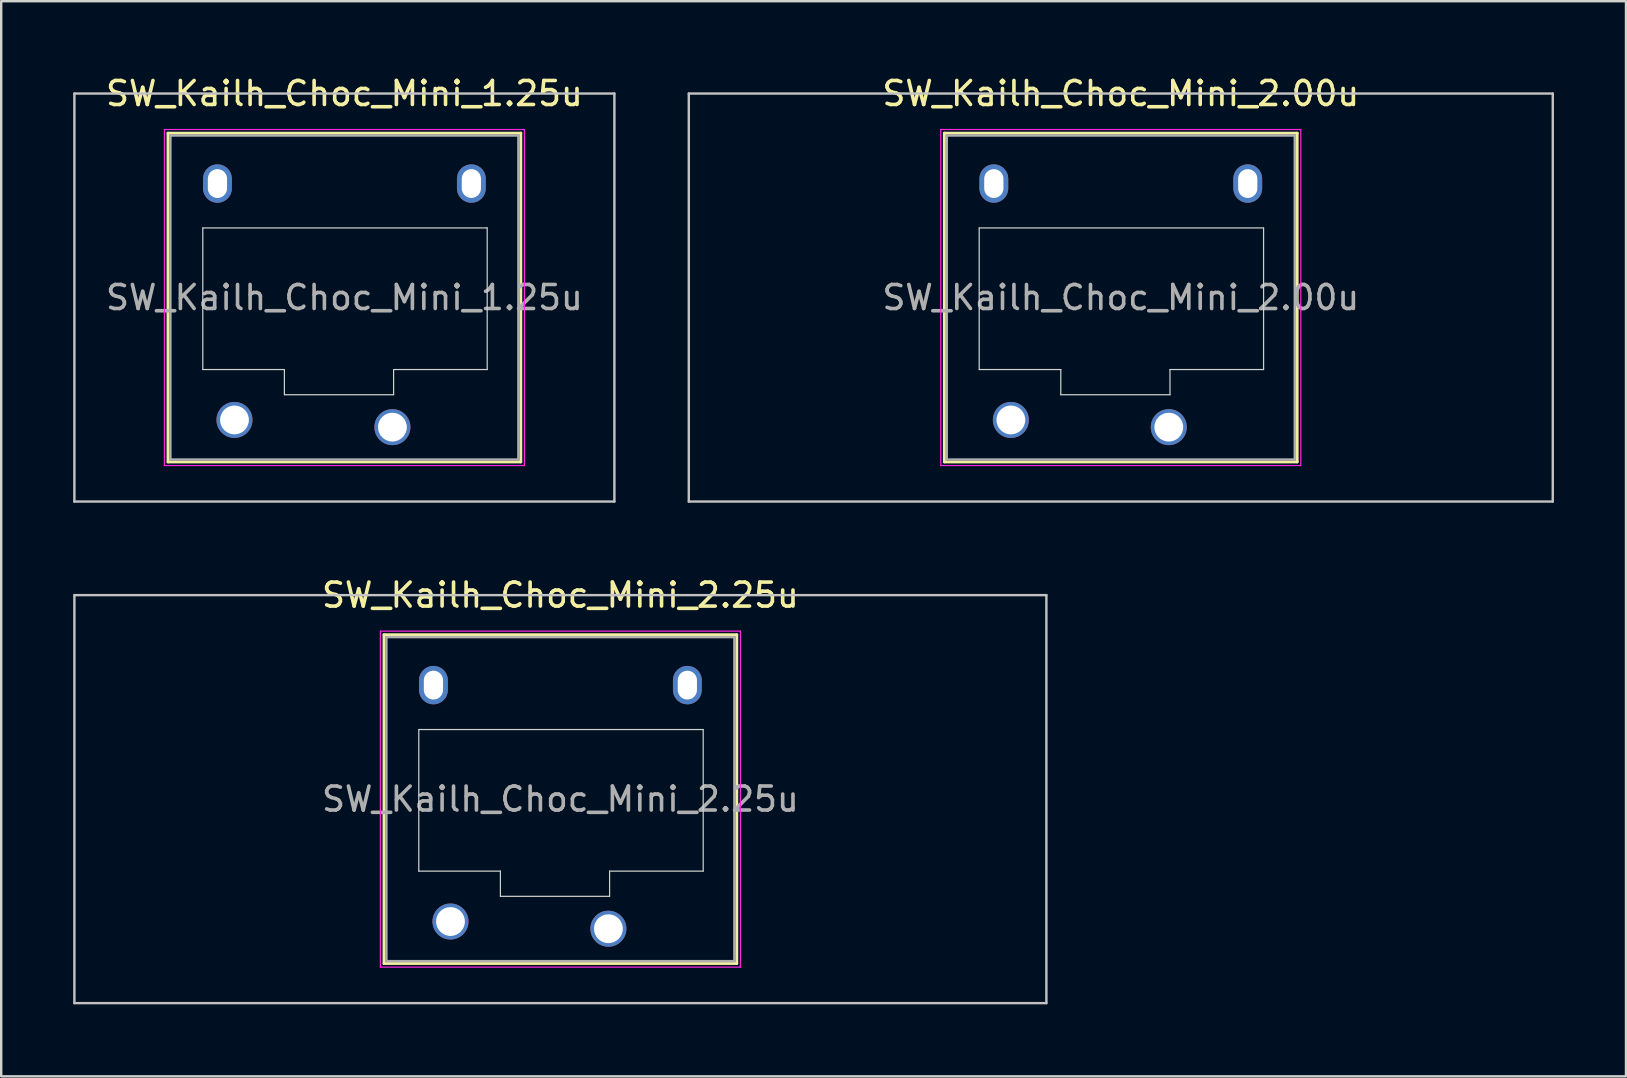
<source format=kicad_pcb>
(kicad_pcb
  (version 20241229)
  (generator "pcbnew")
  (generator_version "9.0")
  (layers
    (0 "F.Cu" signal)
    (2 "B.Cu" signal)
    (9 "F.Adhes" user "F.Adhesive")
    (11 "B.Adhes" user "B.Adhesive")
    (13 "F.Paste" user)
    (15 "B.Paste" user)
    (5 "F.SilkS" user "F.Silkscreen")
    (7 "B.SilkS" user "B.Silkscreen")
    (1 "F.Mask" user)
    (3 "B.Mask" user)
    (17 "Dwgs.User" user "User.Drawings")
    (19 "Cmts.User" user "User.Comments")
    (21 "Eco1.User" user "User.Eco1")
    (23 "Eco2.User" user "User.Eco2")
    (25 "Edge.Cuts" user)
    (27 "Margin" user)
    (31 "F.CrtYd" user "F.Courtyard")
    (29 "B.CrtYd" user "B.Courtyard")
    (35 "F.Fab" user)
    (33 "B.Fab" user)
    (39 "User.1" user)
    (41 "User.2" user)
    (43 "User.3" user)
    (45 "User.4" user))
  (footprint "SW_Kailh_Choc_Mini_1.25u"
    (layer "F.Cu")
    (at 11.3 9.348)
    (property "Reference" "SW_Kailh_Choc_Mini_1.25u" (at 0 -8.5 0) (layer "F.SilkS") (effects (font (size 1 1) (thickness 0.15))))
    (attr through_hole)
    (fp_line (start -7.35 -6.85) (end -7.35 6.85) (stroke (width 0.12) (type solid)) (layer "F.SilkS"))
    (fp_line (start -7.35 6.85) (end 7.35 6.85) (stroke (width 0.12) (type solid)) (layer "F.SilkS"))
    (fp_line (start 7.35 -6.85) (end -7.35 -6.85) (stroke (width 0.12) (type solid)) (layer "F.SilkS"))
    (fp_line (start 7.35 6.85) (end 7.35 -6.85) (stroke (width 0.12) (type solid)) (layer "F.SilkS"))
    (fp_line (start -11.25 -8.5) (end -11.25 8.5) (stroke (width 0.1) (type solid)) (layer "Dwgs.User"))
    (fp_line (start -11.25 8.5) (end 11.25 8.5) (stroke (width 0.1) (type solid)) (layer "Dwgs.User"))
    (fp_line (start 11.25 -8.5) (end -11.25 -8.5) (stroke (width 0.1) (type solid)) (layer "Dwgs.User"))
    (fp_line (start 11.25 8.5) (end 11.25 -8.5) (stroke (width 0.1) (type solid)) (layer "Dwgs.User"))
    (fp_line (start -6.85 -6.35) (end -6.85 6.35) (stroke (width 0.1) (type solid)) (layer "Eco1.User"))
    (fp_line (start -6.85 6.35) (end 6.85 6.35) (stroke (width 0.1) (type solid)) (layer "Eco1.User"))
    (fp_line (start 6.85 -6.35) (end -6.85 -6.35) (stroke (width 0.1) (type solid)) (layer "Eco1.User"))
    (fp_line (start 6.85 6.35) (end 6.85 -6.35) (stroke (width 0.1) (type solid)) (layer "Eco1.User"))
    (fp_line (start -5.9 -2.9) (end -5.9 3) (stroke (width 0.05) (type solid)) (layer "Edge.Cuts"))
    (fp_line (start -5.9 3) (end -2.5 3) (stroke (width 0.05) (type solid)) (layer "Edge.Cuts"))
    (fp_line (start -2.5 3) (end -2.5 4.05) (stroke (width 0.05) (type solid)) (layer "Edge.Cuts"))
    (fp_line (start -2.5 4.05) (end 2.05 4.05) (stroke (width 0.05) (type solid)) (layer "Edge.Cuts"))
    (fp_line (start 2.05 3) (end 5.95 3) (stroke (width 0.05) (type solid)) (layer "Edge.Cuts"))
    (fp_line (start 2.05 4.05) (end 2.05 3) (stroke (width 0.05) (type solid)) (layer "Edge.Cuts"))
    (fp_line (start 5.95 -2.9) (end -5.9 -2.9) (stroke (width 0.05) (type solid)) (layer "Edge.Cuts"))
    (fp_line (start 5.95 3) (end 5.95 -2.9) (stroke (width 0.05) (type solid)) (layer "Edge.Cuts"))
    (fp_line (start -7.5 -7) (end -7.5 7) (stroke (width 0.05) (type solid)) (layer "F.CrtYd"))
    (fp_line (start -7.5 7) (end 7.5 7) (stroke (width 0.05) (type solid)) (layer "F.CrtYd"))
    (fp_line (start 7.5 -7) (end -7.5 -7) (stroke (width 0.05) (type solid)) (layer "F.CrtYd"))
    (fp_line (start 7.5 7) (end 7.5 -7) (stroke (width 0.05) (type solid)) (layer "F.CrtYd"))
    (fp_line (start -7.25 -6.75) (end -7.25 6.75) (stroke (width 0.1) (type solid)) (layer "F.Fab"))
    (fp_line (start -7.25 6.75) (end 7.25 6.75) (stroke (width 0.1) (type solid)) (layer "F.Fab"))
    (fp_line (start 7.25 -6.75) (end -7.25 -6.75) (stroke (width 0.1) (type solid)) (layer "F.Fab"))
    (fp_line (start 7.25 6.75) (end 7.25 -6.75) (stroke (width 0.1) (type solid)) (layer "F.Fab"))
    (fp_text user "${REFERENCE}" (at 0 0 0) (layer "F.Fab") (effects (font (size 1 1) (thickness 0.15))))
    (pad "" np_thru_hole oval (at -5.29 -4.75) (size 1.2 1.6) (drill oval 0.8 1.2) (layers "*.Cu" "*.Mask"))
    (pad "" smd circle (at -4.58 5.1) (size 1.25 1.25) (layers "F.Mask"))
    (pad "" smd circle (at 2 5.4) (size 1.25 1.25) (layers "F.Mask"))
    (pad "" np_thru_hole oval (at 5.29 -4.75) (size 1.2 1.6) (drill oval 0.8 1.2) (layers "*.Cu" "*.Mask"))
    (pad "1" thru_hole circle (at 2 5.4) (size 1.5 1.5) (drill 1.2) (layers "*.Cu" "B.Mask"))
    (pad "2" thru_hole circle (at -4.58 5.1) (size 1.5 1.5) (drill 1.2) (layers "*.Cu" "B.Mask")))
  (footprint "SW_Kailh_Choc_Mini_2.25u"
    (layer "F.Cu")
    (at 20.3 30.247)
    (property "Reference" "SW_Kailh_Choc_Mini_2.25u" (at 0 -8.5 0) (layer "F.SilkS") (effects (font (size 1 1) (thickness 0.15))))
    (attr through_hole)
    (fp_line (start -7.35 -6.85) (end -7.35 6.85) (stroke (width 0.12) (type solid)) (layer "F.SilkS"))
    (fp_line (start -7.35 6.85) (end 7.35 6.85) (stroke (width 0.12) (type solid)) (layer "F.SilkS"))
    (fp_line (start 7.35 -6.85) (end -7.35 -6.85) (stroke (width 0.12) (type solid)) (layer "F.SilkS"))
    (fp_line (start 7.35 6.85) (end 7.35 -6.85) (stroke (width 0.12) (type solid)) (layer "F.SilkS"))
    (fp_line (start -20.25 -8.5) (end -20.25 8.5) (stroke (width 0.1) (type solid)) (layer "Dwgs.User"))
    (fp_line (start -20.25 8.5) (end 20.25 8.5) (stroke (width 0.1) (type solid)) (layer "Dwgs.User"))
    (fp_line (start 20.25 -8.5) (end -20.25 -8.5) (stroke (width 0.1) (type solid)) (layer "Dwgs.User"))
    (fp_line (start 20.25 8.5) (end 20.25 -8.5) (stroke (width 0.1) (type solid)) (layer "Dwgs.User"))
    (fp_line (start -6.85 -6.35) (end -6.85 6.35) (stroke (width 0.1) (type solid)) (layer "Eco1.User"))
    (fp_line (start -6.85 6.35) (end 6.85 6.35) (stroke (width 0.1) (type solid)) (layer "Eco1.User"))
    (fp_line (start 6.85 -6.35) (end -6.85 -6.35) (stroke (width 0.1) (type solid)) (layer "Eco1.User"))
    (fp_line (start 6.85 6.35) (end 6.85 -6.35) (stroke (width 0.1) (type solid)) (layer "Eco1.User"))
    (fp_line (start -5.9 -2.9) (end -5.9 3) (stroke (width 0.05) (type solid)) (layer "Edge.Cuts"))
    (fp_line (start -5.9 3) (end -2.5 3) (stroke (width 0.05) (type solid)) (layer "Edge.Cuts"))
    (fp_line (start -2.5 3) (end -2.5 4.05) (stroke (width 0.05) (type solid)) (layer "Edge.Cuts"))
    (fp_line (start -2.5 4.05) (end 2.05 4.05) (stroke (width 0.05) (type solid)) (layer "Edge.Cuts"))
    (fp_line (start 2.05 3) (end 5.95 3) (stroke (width 0.05) (type solid)) (layer "Edge.Cuts"))
    (fp_line (start 2.05 4.05) (end 2.05 3) (stroke (width 0.05) (type solid)) (layer "Edge.Cuts"))
    (fp_line (start 5.95 -2.9) (end -5.9 -2.9) (stroke (width 0.05) (type solid)) (layer "Edge.Cuts"))
    (fp_line (start 5.95 3) (end 5.95 -2.9) (stroke (width 0.05) (type solid)) (layer "Edge.Cuts"))
    (fp_line (start -7.5 -7) (end -7.5 7) (stroke (width 0.05) (type solid)) (layer "F.CrtYd"))
    (fp_line (start -7.5 7) (end 7.5 7) (stroke (width 0.05) (type solid)) (layer "F.CrtYd"))
    (fp_line (start 7.5 -7) (end -7.5 -7) (stroke (width 0.05) (type solid)) (layer "F.CrtYd"))
    (fp_line (start 7.5 7) (end 7.5 -7) (stroke (width 0.05) (type solid)) (layer "F.CrtYd"))
    (fp_line (start -7.25 -6.75) (end -7.25 6.75) (stroke (width 0.1) (type solid)) (layer "F.Fab"))
    (fp_line (start -7.25 6.75) (end 7.25 6.75) (stroke (width 0.1) (type solid)) (layer "F.Fab"))
    (fp_line (start 7.25 -6.75) (end -7.25 -6.75) (stroke (width 0.1) (type solid)) (layer "F.Fab"))
    (fp_line (start 7.25 6.75) (end 7.25 -6.75) (stroke (width 0.1) (type solid)) (layer "F.Fab"))
    (fp_text user "${REFERENCE}" (at 0 0 0) (layer "F.Fab") (effects (font (size 1 1) (thickness 0.15))))
    (pad "" np_thru_hole oval (at -5.29 -4.75) (size 1.2 1.6) (drill oval 0.8 1.2) (layers "*.Cu" "*.Mask"))
    (pad "" smd circle (at -4.58 5.1) (size 1.25 1.25) (layers "F.Mask"))
    (pad "" smd circle (at 2 5.4) (size 1.25 1.25) (layers "F.Mask"))
    (pad "" np_thru_hole oval (at 5.29 -4.75) (size 1.2 1.6) (drill oval 0.8 1.2) (layers "*.Cu" "*.Mask"))
    (pad "1" thru_hole circle (at 2 5.4) (size 1.5 1.5) (drill 1.2) (layers "*.Cu" "B.Mask"))
    (pad "2" thru_hole circle (at -4.58 5.1) (size 1.5 1.5) (drill 1.2) (layers "*.Cu" "B.Mask")))
  (footprint "SW_Kailh_Choc_Mini_2.00u"
    (layer "F.Cu")
    (at 43.65 9.348)
    (property "Reference" "SW_Kailh_Choc_Mini_2.00u" (at 0 -8.5 0) (layer "F.SilkS") (effects (font (size 1 1) (thickness 0.15))))
    (attr through_hole)
    (fp_line (start -7.35 -6.85) (end -7.35 6.85) (stroke (width 0.12) (type solid)) (layer "F.SilkS"))
    (fp_line (start -7.35 6.85) (end 7.35 6.85) (stroke (width 0.12) (type solid)) (layer "F.SilkS"))
    (fp_line (start 7.35 -6.85) (end -7.35 -6.85) (stroke (width 0.12) (type solid)) (layer "F.SilkS"))
    (fp_line (start 7.35 6.85) (end 7.35 -6.85) (stroke (width 0.12) (type solid)) (layer "F.SilkS"))
    (fp_line (start -18 -8.5) (end -18 8.5) (stroke (width 0.1) (type solid)) (layer "Dwgs.User"))
    (fp_line (start -18 8.5) (end 18 8.5) (stroke (width 0.1) (type solid)) (layer "Dwgs.User"))
    (fp_line (start 18 -8.5) (end -18 -8.5) (stroke (width 0.1) (type solid)) (layer "Dwgs.User"))
    (fp_line (start 18 8.5) (end 18 -8.5) (stroke (width 0.1) (type solid)) (layer "Dwgs.User"))
    (fp_line (start -6.85 -6.35) (end -6.85 6.35) (stroke (width 0.1) (type solid)) (layer "Eco1.User"))
    (fp_line (start -6.85 6.35) (end 6.85 6.35) (stroke (width 0.1) (type solid)) (layer "Eco1.User"))
    (fp_line (start 6.85 -6.35) (end -6.85 -6.35) (stroke (width 0.1) (type solid)) (layer "Eco1.User"))
    (fp_line (start 6.85 6.35) (end 6.85 -6.35) (stroke (width 0.1) (type solid)) (layer "Eco1.User"))
    (fp_line (start -5.9 -2.9) (end -5.9 3) (stroke (width 0.05) (type solid)) (layer "Edge.Cuts"))
    (fp_line (start -5.9 3) (end -2.5 3) (stroke (width 0.05) (type solid)) (layer "Edge.Cuts"))
    (fp_line (start -2.5 3) (end -2.5 4.05) (stroke (width 0.05) (type solid)) (layer "Edge.Cuts"))
    (fp_line (start -2.5 4.05) (end 2.05 4.05) (stroke (width 0.05) (type solid)) (layer "Edge.Cuts"))
    (fp_line (start 2.05 3) (end 5.95 3) (stroke (width 0.05) (type solid)) (layer "Edge.Cuts"))
    (fp_line (start 2.05 4.05) (end 2.05 3) (stroke (width 0.05) (type solid)) (layer "Edge.Cuts"))
    (fp_line (start 5.95 -2.9) (end -5.9 -2.9) (stroke (width 0.05) (type solid)) (layer "Edge.Cuts"))
    (fp_line (start 5.95 3) (end 5.95 -2.9) (stroke (width 0.05) (type solid)) (layer "Edge.Cuts"))
    (fp_line (start -7.5 -7) (end -7.5 7) (stroke (width 0.05) (type solid)) (layer "F.CrtYd"))
    (fp_line (start -7.5 7) (end 7.5 7) (stroke (width 0.05) (type solid)) (layer "F.CrtYd"))
    (fp_line (start 7.5 -7) (end -7.5 -7) (stroke (width 0.05) (type solid)) (layer "F.CrtYd"))
    (fp_line (start 7.5 7) (end 7.5 -7) (stroke (width 0.05) (type solid)) (layer "F.CrtYd"))
    (fp_line (start -7.25 -6.75) (end -7.25 6.75) (stroke (width 0.1) (type solid)) (layer "F.Fab"))
    (fp_line (start -7.25 6.75) (end 7.25 6.75) (stroke (width 0.1) (type solid)) (layer "F.Fab"))
    (fp_line (start 7.25 -6.75) (end -7.25 -6.75) (stroke (width 0.1) (type solid)) (layer "F.Fab"))
    (fp_line (start 7.25 6.75) (end 7.25 -6.75) (stroke (width 0.1) (type solid)) (layer "F.Fab"))
    (fp_text user "${REFERENCE}" (at 0 0 0) (layer "F.Fab") (effects (font (size 1 1) (thickness 0.15))))
    (pad "" np_thru_hole oval (at -5.29 -4.75) (size 1.2 1.6) (drill oval 0.8 1.2) (layers "*.Cu" "*.Mask"))
    (pad "" smd circle (at -4.58 5.1) (size 1.25 1.25) (layers "F.Mask"))
    (pad "" smd circle (at 2 5.4) (size 1.25 1.25) (layers "F.Mask"))
    (pad "" np_thru_hole oval (at 5.29 -4.75) (size 1.2 1.6) (drill oval 0.8 1.2) (layers "*.Cu" "*.Mask"))
    (pad "1" thru_hole circle (at 2 5.4) (size 1.5 1.5) (drill 1.2) (layers "*.Cu" "B.Mask"))
    (pad "2" thru_hole circle (at -4.58 5.1) (size 1.5 1.5) (drill 1.2) (layers "*.Cu" "B.Mask")))
  (gr_rect
    (start -3 -3)
    (end 64.7 41.797)
    (stroke (width 0.1) (type default))
    (fill no)
    (layer "Edge.Cuts")))
</source>
